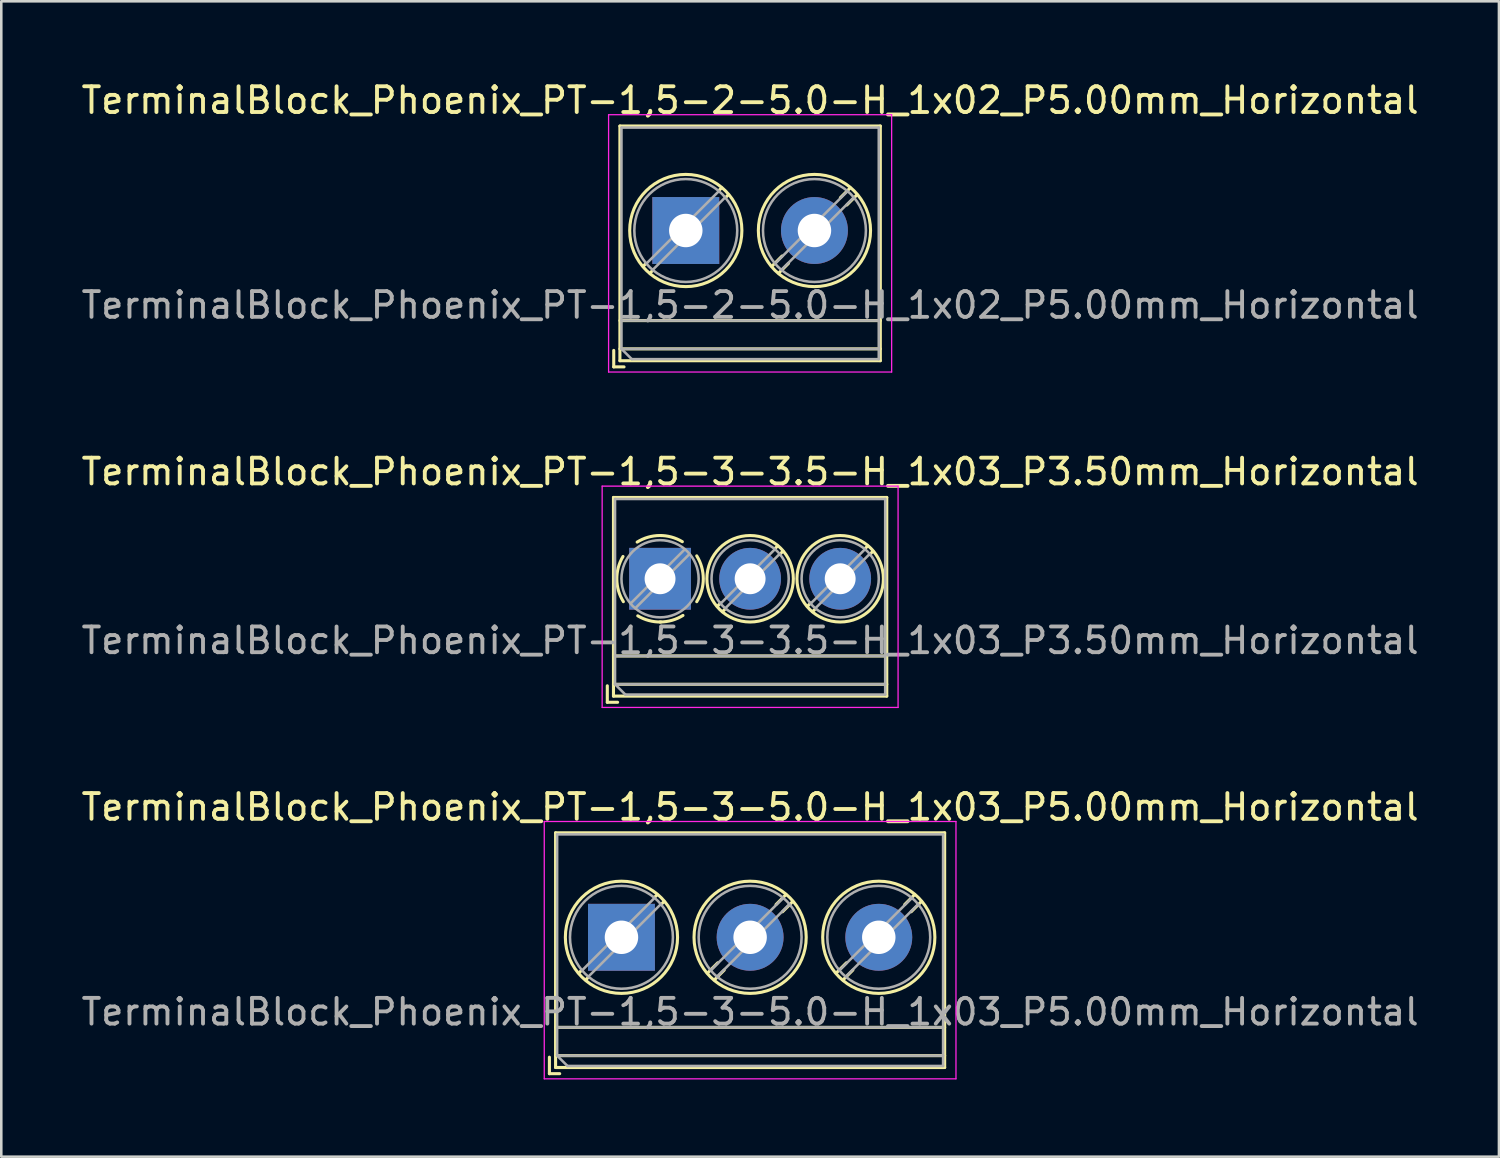
<source format=kicad_pcb>
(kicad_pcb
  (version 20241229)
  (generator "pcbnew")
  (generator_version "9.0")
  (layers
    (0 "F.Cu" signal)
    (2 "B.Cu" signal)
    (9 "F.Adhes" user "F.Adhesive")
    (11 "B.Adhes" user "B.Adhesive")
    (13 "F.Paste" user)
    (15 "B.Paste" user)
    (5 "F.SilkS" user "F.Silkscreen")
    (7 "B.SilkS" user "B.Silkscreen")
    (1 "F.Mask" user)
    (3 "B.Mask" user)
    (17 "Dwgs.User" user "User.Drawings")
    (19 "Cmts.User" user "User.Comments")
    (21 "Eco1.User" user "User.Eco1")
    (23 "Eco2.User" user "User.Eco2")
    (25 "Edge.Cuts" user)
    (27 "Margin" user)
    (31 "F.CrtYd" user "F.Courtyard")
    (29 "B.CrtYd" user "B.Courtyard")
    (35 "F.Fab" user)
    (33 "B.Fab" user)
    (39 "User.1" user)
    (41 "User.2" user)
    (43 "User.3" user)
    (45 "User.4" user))
  (footprint "TerminalBlock_Phoenix_PT-1,5-2-5.0-H_1x02_P5.00mm_Horizontal"
    (layer "F.Cu")
    (at 23.601 5.908)
    (property "Reference" "TerminalBlock_Phoenix_PT-1,5-2-5.0-H_1x02_P5.00mm_Horizontal" (at 2.5 -5.06 0) (layer "F.SilkS") (effects (font (size 1 1) (thickness 0.15))))
    (attr through_hole)
    (fp_line (start -2.8 4.66) (end -2.8 5.3) (stroke (width 0.12) (type solid)) (layer "F.SilkS"))
    (fp_line (start -2.8 5.3) (end -2.4 5.3) (stroke (width 0.12) (type solid)) (layer "F.SilkS"))
    (fp_line (start -2.56 -4.06) (end -2.56 5.06) (stroke (width 0.12) (type solid)) (layer "F.SilkS"))
    (fp_line (start -2.56 -4.06) (end 7.56 -4.06) (stroke (width 0.12) (type solid)) (layer "F.SilkS"))
    (fp_line (start -2.56 3.5) (end 7.56 3.5) (stroke (width 0.12) (type solid)) (layer "F.SilkS"))
    (fp_line (start -2.56 4.6) (end 7.56 4.6) (stroke (width 0.12) (type solid)) (layer "F.SilkS"))
    (fp_line (start -2.56 5.06) (end 7.56 5.06) (stroke (width 0.12) (type solid)) (layer "F.SilkS"))
    (fp_line (start -1.548 1.281) (end -1.654 1.388) (stroke (width 0.12) (type solid)) (layer "F.SilkS"))
    (fp_line (start -1.282 1.547) (end -1.388 1.654) (stroke (width 0.12) (type solid)) (layer "F.SilkS"))
    (fp_line (start 1.388 -1.654) (end 1.281 -1.547) (stroke (width 0.12) (type solid)) (layer "F.SilkS"))
    (fp_line (start 1.654 -1.388) (end 1.547 -1.281) (stroke (width 0.12) (type solid)) (layer "F.SilkS"))
    (fp_line (start 3.742 0.992) (end 3.347 1.388) (stroke (width 0.12) (type solid)) (layer "F.SilkS"))
    (fp_line (start 3.993 1.274) (end 3.613 1.654) (stroke (width 0.12) (type solid)) (layer "F.SilkS"))
    (fp_line (start 6.388 -1.654) (end 6.008 -1.274) (stroke (width 0.12) (type solid)) (layer "F.SilkS"))
    (fp_line (start 6.654 -1.388) (end 6.259 -0.992) (stroke (width 0.12) (type solid)) (layer "F.SilkS"))
    (fp_line (start 7.56 -4.06) (end 7.56 5.06) (stroke (width 0.12) (type solid)) (layer "F.SilkS"))
    (fp_circle (center 0 0) (end 2.18 0) (stroke (width 0.12) (type solid)) (fill no) (layer "F.SilkS"))
    (fp_circle (center 5 0) (end 7.18 0) (stroke (width 0.12) (type solid)) (fill no) (layer "F.SilkS"))
    (fp_line (start -3 -4.5) (end -3 5.5) (stroke (width 0.05) (type solid)) (layer "F.CrtYd"))
    (fp_line (start -3 5.5) (end 8 5.5) (stroke (width 0.05) (type solid)) (layer "F.CrtYd"))
    (fp_line (start 8 -4.5) (end -3 -4.5) (stroke (width 0.05) (type solid)) (layer "F.CrtYd"))
    (fp_line (start 8 5.5) (end 8 -4.5) (stroke (width 0.05) (type solid)) (layer "F.CrtYd"))
    (fp_line (start -2.5 -4) (end 7.5 -4) (stroke (width 0.1) (type solid)) (layer "F.Fab"))
    (fp_line (start -2.5 3.5) (end 7.5 3.5) (stroke (width 0.1) (type solid)) (layer "F.Fab"))
    (fp_line (start -2.5 4.6) (end -2.5 -4) (stroke (width 0.1) (type solid)) (layer "F.Fab"))
    (fp_line (start -2.5 4.6) (end 7.5 4.6) (stroke (width 0.1) (type solid)) (layer "F.Fab"))
    (fp_line (start -2.1 5) (end -2.5 4.6) (stroke (width 0.1) (type solid)) (layer "F.Fab"))
    (fp_line (start 1.273 -1.517) (end -1.517 1.273) (stroke (width 0.1) (type solid)) (layer "F.Fab"))
    (fp_line (start 1.517 -1.273) (end -1.273 1.517) (stroke (width 0.1) (type solid)) (layer "F.Fab"))
    (fp_line (start 6.273 -1.517) (end 3.484 1.273) (stroke (width 0.1) (type solid)) (layer "F.Fab"))
    (fp_line (start 6.517 -1.273) (end 3.728 1.517) (stroke (width 0.1) (type solid)) (layer "F.Fab"))
    (fp_line (start 7.5 -4) (end 7.5 5) (stroke (width 0.1) (type solid)) (layer "F.Fab"))
    (fp_line (start 7.5 5) (end -2.1 5) (stroke (width 0.1) (type solid)) (layer "F.Fab"))
    (fp_circle (center 0 0) (end 2 0) (stroke (width 0.1) (type solid)) (fill no) (layer "F.Fab"))
    (fp_circle (center 5 0) (end 7 0) (stroke (width 0.1) (type solid)) (fill no) (layer "F.Fab"))
    (fp_text user "${REFERENCE}" (at 2.5 2.9 0) (layer "F.Fab") (effects (font (size 1 1) (thickness 0.15))))
    (pad "1" thru_hole rect (at 0 0) (size 2.6 2.6) (drill 1.3) (layers "*.Cu" "*.Mask"))
    (pad "2" thru_hole circle (at 5 0) (size 2.6 2.6) (drill 1.3) (layers "*.Cu" "*.Mask")))
  (footprint "TerminalBlock_Phoenix_PT-1,5-3-5.0-H_1x03_P5.00mm_Horizontal"
    (layer "F.Cu")
    (at 21.101 33.375)
    (property "Reference" "TerminalBlock_Phoenix_PT-1,5-3-5.0-H_1x03_P5.00mm_Horizontal" (at 5 -5.06 0) (layer "F.SilkS") (effects (font (size 1 1) (thickness 0.15))))
    (attr through_hole)
    (fp_line (start -2.8 4.66) (end -2.8 5.3) (stroke (width 0.12) (type solid)) (layer "F.SilkS"))
    (fp_line (start -2.8 5.3) (end -2.4 5.3) (stroke (width 0.12) (type solid)) (layer "F.SilkS"))
    (fp_line (start -2.56 -4.06) (end -2.56 5.06) (stroke (width 0.12) (type solid)) (layer "F.SilkS"))
    (fp_line (start -2.56 -4.06) (end 12.56 -4.06) (stroke (width 0.12) (type solid)) (layer "F.SilkS"))
    (fp_line (start -2.56 3.5) (end 12.56 3.5) (stroke (width 0.12) (type solid)) (layer "F.SilkS"))
    (fp_line (start -2.56 4.6) (end 12.56 4.6) (stroke (width 0.12) (type solid)) (layer "F.SilkS"))
    (fp_line (start -2.56 5.06) (end 12.56 5.06) (stroke (width 0.12) (type solid)) (layer "F.SilkS"))
    (fp_line (start -1.548 1.281) (end -1.654 1.388) (stroke (width 0.12) (type solid)) (layer "F.SilkS"))
    (fp_line (start -1.282 1.547) (end -1.388 1.654) (stroke (width 0.12) (type solid)) (layer "F.SilkS"))
    (fp_line (start 1.388 -1.654) (end 1.281 -1.547) (stroke (width 0.12) (type solid)) (layer "F.SilkS"))
    (fp_line (start 1.654 -1.388) (end 1.547 -1.281) (stroke (width 0.12) (type solid)) (layer "F.SilkS"))
    (fp_line (start 3.742 0.992) (end 3.347 1.388) (stroke (width 0.12) (type solid)) (layer "F.SilkS"))
    (fp_line (start 3.993 1.274) (end 3.613 1.654) (stroke (width 0.12) (type solid)) (layer "F.SilkS"))
    (fp_line (start 6.388 -1.654) (end 6.008 -1.274) (stroke (width 0.12) (type solid)) (layer "F.SilkS"))
    (fp_line (start 6.654 -1.388) (end 6.259 -0.992) (stroke (width 0.12) (type solid)) (layer "F.SilkS"))
    (fp_line (start 8.742 0.992) (end 8.347 1.388) (stroke (width 0.12) (type solid)) (layer "F.SilkS"))
    (fp_line (start 8.993 1.274) (end 8.613 1.654) (stroke (width 0.12) (type solid)) (layer "F.SilkS"))
    (fp_line (start 11.388 -1.654) (end 11.008 -1.274) (stroke (width 0.12) (type solid)) (layer "F.SilkS"))
    (fp_line (start 11.654 -1.388) (end 11.259 -0.992) (stroke (width 0.12) (type solid)) (layer "F.SilkS"))
    (fp_line (start 12.56 -4.06) (end 12.56 5.06) (stroke (width 0.12) (type solid)) (layer "F.SilkS"))
    (fp_circle (center 0 0) (end 2.18 0) (stroke (width 0.12) (type solid)) (fill no) (layer "F.SilkS"))
    (fp_circle (center 5 0) (end 7.18 0) (stroke (width 0.12) (type solid)) (fill no) (layer "F.SilkS"))
    (fp_circle (center 10 0) (end 12.18 0) (stroke (width 0.12) (type solid)) (fill no) (layer "F.SilkS"))
    (fp_line (start -3 -4.5) (end -3 5.5) (stroke (width 0.05) (type solid)) (layer "F.CrtYd"))
    (fp_line (start -3 5.5) (end 13 5.5) (stroke (width 0.05) (type solid)) (layer "F.CrtYd"))
    (fp_line (start 13 -4.5) (end -3 -4.5) (stroke (width 0.05) (type solid)) (layer "F.CrtYd"))
    (fp_line (start 13 5.5) (end 13 -4.5) (stroke (width 0.05) (type solid)) (layer "F.CrtYd"))
    (fp_line (start -2.5 -4) (end 12.5 -4) (stroke (width 0.1) (type solid)) (layer "F.Fab"))
    (fp_line (start -2.5 3.5) (end 12.5 3.5) (stroke (width 0.1) (type solid)) (layer "F.Fab"))
    (fp_line (start -2.5 4.6) (end -2.5 -4) (stroke (width 0.1) (type solid)) (layer "F.Fab"))
    (fp_line (start -2.5 4.6) (end 12.5 4.6) (stroke (width 0.1) (type solid)) (layer "F.Fab"))
    (fp_line (start -2.1 5) (end -2.5 4.6) (stroke (width 0.1) (type solid)) (layer "F.Fab"))
    (fp_line (start 1.273 -1.517) (end -1.517 1.273) (stroke (width 0.1) (type solid)) (layer "F.Fab"))
    (fp_line (start 1.517 -1.273) (end -1.273 1.517) (stroke (width 0.1) (type solid)) (layer "F.Fab"))
    (fp_line (start 6.273 -1.517) (end 3.484 1.273) (stroke (width 0.1) (type solid)) (layer "F.Fab"))
    (fp_line (start 6.517 -1.273) (end 3.728 1.517) (stroke (width 0.1) (type solid)) (layer "F.Fab"))
    (fp_line (start 11.273 -1.517) (end 8.484 1.273) (stroke (width 0.1) (type solid)) (layer "F.Fab"))
    (fp_line (start 11.517 -1.273) (end 8.728 1.517) (stroke (width 0.1) (type solid)) (layer "F.Fab"))
    (fp_line (start 12.5 -4) (end 12.5 5) (stroke (width 0.1) (type solid)) (layer "F.Fab"))
    (fp_line (start 12.5 5) (end -2.1 5) (stroke (width 0.1) (type solid)) (layer "F.Fab"))
    (fp_circle (center 0 0) (end 2 0) (stroke (width 0.1) (type solid)) (fill no) (layer "F.Fab"))
    (fp_circle (center 5 0) (end 7 0) (stroke (width 0.1) (type solid)) (fill no) (layer "F.Fab"))
    (fp_circle (center 10 0) (end 12 0) (stroke (width 0.1) (type solid)) (fill no) (layer "F.Fab"))
    (fp_text user "${REFERENCE}" (at 5 2.9 0) (layer "F.Fab") (effects (font (size 1 1) (thickness 0.15))))
    (pad "1" thru_hole rect (at 0 0) (size 2.6 2.6) (drill 1.3) (layers "*.Cu" "*.Mask"))
    (pad "2" thru_hole circle (at 5 0) (size 2.6 2.6) (drill 1.3) (layers "*.Cu" "*.Mask"))
    (pad "3" thru_hole circle (at 10 0) (size 2.6 2.6) (drill 1.3) (layers "*.Cu" "*.Mask")))
  (footprint "TerminalBlock_Phoenix_PT-1,5-3-3.5-H_1x03_P3.50mm_Horizontal"
    (layer "F.Cu")
    (at 22.601 19.442)
    (property "Reference" "TerminalBlock_Phoenix_PT-1,5-3-3.5-H_1x03_P3.50mm_Horizontal" (at 3.5 -4.16 0) (layer "F.SilkS") (effects (font (size 1 1) (thickness 0.15))))
    (attr through_hole)
    (fp_line (start -2.05 4.16) (end -2.05 4.8) (stroke (width 0.12) (type solid)) (layer "F.SilkS"))
    (fp_line (start -2.05 4.8) (end -1.65 4.8) (stroke (width 0.12) (type solid)) (layer "F.SilkS"))
    (fp_line (start -1.81 -3.16) (end -1.81 4.56) (stroke (width 0.12) (type solid)) (layer "F.SilkS"))
    (fp_line (start -1.81 -3.16) (end 8.81 -3.16) (stroke (width 0.12) (type solid)) (layer "F.SilkS"))
    (fp_line (start -1.81 3) (end 8.81 3) (stroke (width 0.12) (type solid)) (layer "F.SilkS"))
    (fp_line (start -1.81 4.1) (end 8.81 4.1) (stroke (width 0.12) (type solid)) (layer "F.SilkS"))
    (fp_line (start -1.81 4.56) (end 8.81 4.56) (stroke (width 0.12) (type solid)) (layer "F.SilkS"))
    (fp_line (start 2.355 0.941) (end 2.226 1.069) (stroke (width 0.12) (type solid)) (layer "F.SilkS"))
    (fp_line (start 2.525 1.181) (end 2.431 1.274) (stroke (width 0.12) (type solid)) (layer "F.SilkS"))
    (fp_line (start 4.57 -1.275) (end 4.476 -1.181) (stroke (width 0.12) (type solid)) (layer "F.SilkS"))
    (fp_line (start 4.775 -1.069) (end 4.646 -0.941) (stroke (width 0.12) (type solid)) (layer "F.SilkS"))
    (fp_line (start 5.855 0.941) (end 5.726 1.069) (stroke (width 0.12) (type solid)) (layer "F.SilkS"))
    (fp_line (start 6.025 1.181) (end 5.931 1.274) (stroke (width 0.12) (type solid)) (layer "F.SilkS"))
    (fp_line (start 8.07 -1.275) (end 7.976 -1.181) (stroke (width 0.12) (type solid)) (layer "F.SilkS"))
    (fp_line (start 8.275 -1.069) (end 8.146 -0.941) (stroke (width 0.12) (type solid)) (layer "F.SilkS"))
    (fp_line (start 8.81 -3.16) (end 8.81 4.56) (stroke (width 0.12) (type solid)) (layer "F.SilkS"))
    (fp_arc (start -1.425358 0.889894) (mid -1.680286 0.014012) (end -1.44 -0.866) (stroke (width 0.12) (type solid)) (layer "F.SilkS"))
    (fp_arc (start -0.889894 -1.425358) (mid -0.014012 -1.680286) (end 0.866 -1.44) (stroke (width 0.12) (type solid)) (layer "F.SilkS"))
    (fp_arc (start 0.028674 1.680099) (mid -0.435535 1.622918) (end -0.866 1.44) (stroke (width 0.12) (type solid)) (layer "F.SilkS"))
    (fp_arc (start 0.890264 1.424721) (mid 0.463071 1.61492) (end 0 1.68) (stroke (width 0.12) (type solid)) (layer "F.SilkS"))
    (fp_arc (start 1.425504 -0.890193) (mid 1.680626 0.000476) (end 1.425 0.891) (stroke (width 0.12) (type solid)) (layer "F.SilkS"))
    (fp_circle (center 3.5 0) (end 5.18 0) (stroke (width 0.12) (type solid)) (fill no) (layer "F.SilkS"))
    (fp_circle (center 7 0) (end 8.68 0) (stroke (width 0.12) (type solid)) (fill no) (layer "F.SilkS"))
    (fp_line (start -2.25 -3.6) (end -2.25 5) (stroke (width 0.05) (type solid)) (layer "F.CrtYd"))
    (fp_line (start -2.25 5) (end 9.25 5) (stroke (width 0.05) (type solid)) (layer "F.CrtYd"))
    (fp_line (start 9.25 -3.6) (end -2.25 -3.6) (stroke (width 0.05) (type solid)) (layer "F.CrtYd"))
    (fp_line (start 9.25 5) (end 9.25 -3.6) (stroke (width 0.05) (type solid)) (layer "F.CrtYd"))
    (fp_line (start -1.75 -3.1) (end 8.75 -3.1) (stroke (width 0.1) (type solid)) (layer "F.Fab"))
    (fp_line (start -1.75 3) (end 8.75 3) (stroke (width 0.1) (type solid)) (layer "F.Fab"))
    (fp_line (start -1.75 4.1) (end -1.75 -3.1) (stroke (width 0.1) (type solid)) (layer "F.Fab"))
    (fp_line (start -1.75 4.1) (end 8.75 4.1) (stroke (width 0.1) (type solid)) (layer "F.Fab"))
    (fp_line (start -1.35 4.5) (end -1.75 4.1) (stroke (width 0.1) (type solid)) (layer "F.Fab"))
    (fp_line (start 0.955 -1.138) (end -1.138 0.955) (stroke (width 0.1) (type solid)) (layer "F.Fab"))
    (fp_line (start 1.138 -0.955) (end -0.955 1.138) (stroke (width 0.1) (type solid)) (layer "F.Fab"))
    (fp_line (start 4.455 -1.138) (end 2.363 0.955) (stroke (width 0.1) (type solid)) (layer "F.Fab"))
    (fp_line (start 4.638 -0.955) (end 2.546 1.138) (stroke (width 0.1) (type solid)) (layer "F.Fab"))
    (fp_line (start 7.955 -1.138) (end 5.863 0.955) (stroke (width 0.1) (type solid)) (layer "F.Fab"))
    (fp_line (start 8.138 -0.955) (end 6.046 1.138) (stroke (width 0.1) (type solid)) (layer "F.Fab"))
    (fp_line (start 8.75 -3.1) (end 8.75 4.5) (stroke (width 0.1) (type solid)) (layer "F.Fab"))
    (fp_line (start 8.75 4.5) (end -1.35 4.5) (stroke (width 0.1) (type solid)) (layer "F.Fab"))
    (fp_circle (center 0 0) (end 1.5 0) (stroke (width 0.1) (type solid)) (fill no) (layer "F.Fab"))
    (fp_circle (center 3.5 0) (end 5 0) (stroke (width 0.1) (type solid)) (fill no) (layer "F.Fab"))
    (fp_circle (center 7 0) (end 8.5 0) (stroke (width 0.1) (type solid)) (fill no) (layer "F.Fab"))
    (fp_text user "${REFERENCE}" (at 3.5 2.4 0) (layer "F.Fab") (effects (font (size 1 1) (thickness 0.15))))
    (pad "1" thru_hole rect (at 0 0) (size 2.4 2.4) (drill 1.2) (layers "*.Cu" "*.Mask"))
    (pad "2" thru_hole circle (at 3.5 0) (size 2.4 2.4) (drill 1.2) (layers "*.Cu" "*.Mask"))
    (pad "3" thru_hole circle (at 7 0) (size 2.4 2.4) (drill 1.2) (layers "*.Cu" "*.Mask")))
  (gr_rect
    (start -3 -3)
    (end 55.202 41.9)
    (stroke (width 0.1) (type default))
    (fill no)
    (layer "Edge.Cuts")))
</source>
